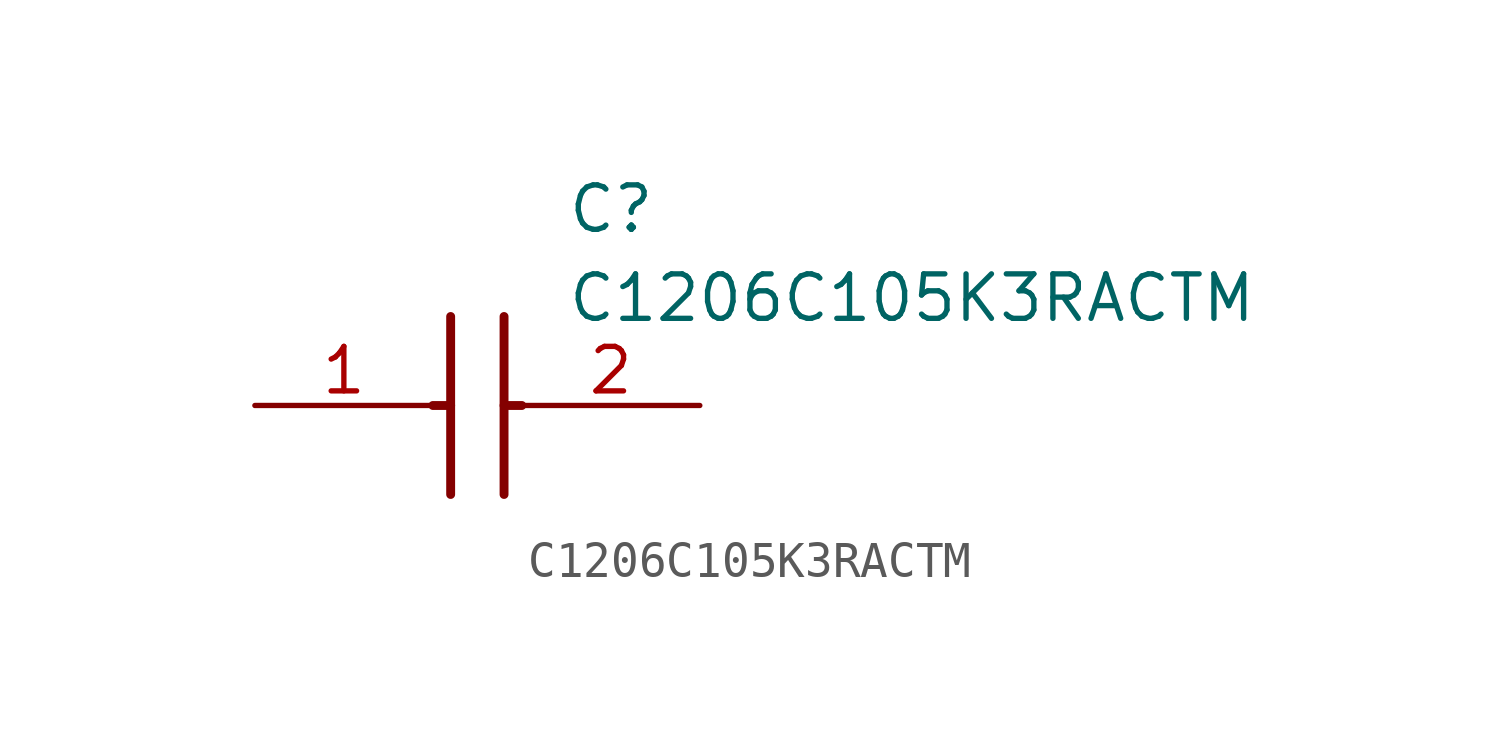
<source format=kicad_sym>
(kicad_symbol_lib
  (version 20211014)
  (generator SamacSys_ECAD_Model)
  (symbol "C1206C105K3RACTM"
    (pin_names hide)
    (property "Reference" "C"
      (at 8.89 6.35 0)
      (effects (font (size 1.27 1.27)) (justify left top)))
    (property "Value" "C1206C105K3RACTM"
      (at 8.89 3.81 0)
      (effects (font (size 1.27 1.27)) (justify left top)))
    (polyline
      (pts (xy 5.588 2.54) (xy 5.588 -2.54))
      (stroke (width 0.254) (type default))
      (fill (type none)))
    (polyline
      (pts (xy 7.112 2.54) (xy 7.112 -2.54))
      (stroke (width 0.254) (type default))
      (fill (type none)))
    (polyline
      (pts (xy 5.08 0) (xy 5.588 0))
      (stroke (width 0.254) (type default))
      (fill (type none)))
    (polyline
      (pts (xy 7.112 0) (xy 7.62 0))
      (stroke (width 0.254) (type default))
      (fill (type none)))
    (pin passive line
      (at 0 0 0)
      (length 5.08)
      (name "1" (effects (font (size 1.27 1.27))))
      (number "1" (effects (font (size 1.27 1.27)))))
    (pin passive line
      (at 12.7 0 180)
      (length 5.08)
      (name "2" (effects (font (size 1.27 1.27))))
      (number "2" (effects (font (size 1.27 1.27)))))))
</source>
